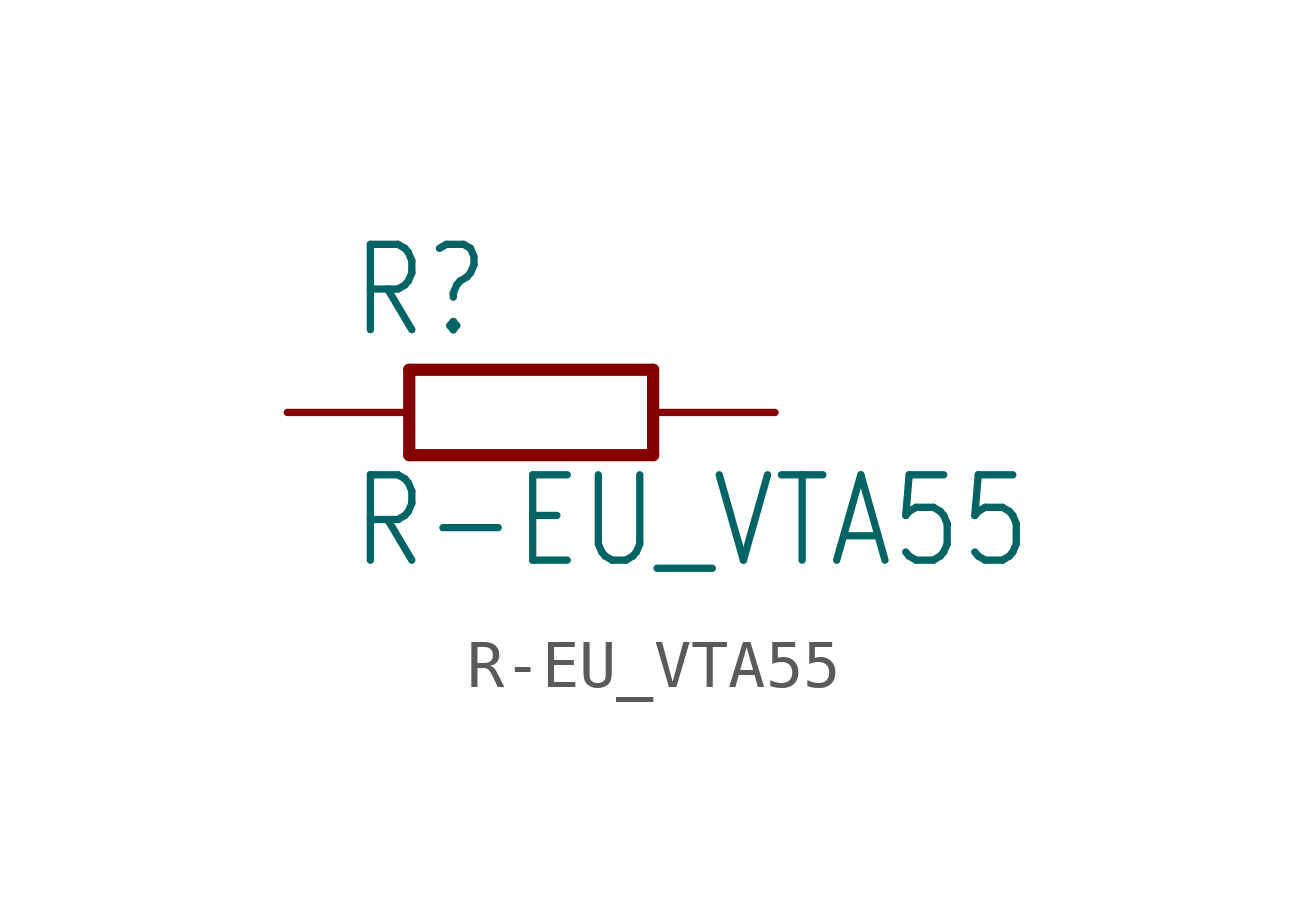
<source format=kicad_sym>
(kicad_symbol_lib
  (version 20211014)
  (generator kicad_symbol_editor)
  (symbol "R-EU_VTA55"
    (property "Reference" "R"
      (at -3.81 1.499 0)
      (effects (font (size 1.778 1.511)) (justify left bottom)))
    (property "Value" "R-EU_VTA55"
      (at -3.81 -3.302 0)
      (effects (font (size 1.778 1.511)) (justify left bottom)))
    (property "ki_locked" ""
      (at 0 0 0)
      (effects (font (size 1.27 1.27))))
    (symbol "R-EU_VTA55_1_0"
      (polyline (pts (xy -2.54 -0.889) (xy -2.54 0.889)) (stroke (width 0.254) (type default) (color 0 0 0 0)) (fill (type none)))
      (polyline (pts (xy -2.54 -0.889) (xy 2.54 -0.889)) (stroke (width 0.254) (type default) (color 0 0 0 0)) (fill (type none)))
      (polyline (pts (xy 2.54 -0.889) (xy 2.54 0.889)) (stroke (width 0.254) (type default) (color 0 0 0 0)) (fill (type none)))
      (polyline (pts (xy 2.54 0.889) (xy -2.54 0.889)) (stroke (width 0.254) (type default) (color 0 0 0 0)) (fill (type none)))
      (pin passive line (at -5.08 0 0) (length 2.54) (name "1" (effects (font (size 0 0)))) (number "1" (effects (font (size 0 0)))))
      (pin passive line (at 5.08 0 180) (length 2.54) (name "2" (effects (font (size 0 0)))) (number "2" (effects (font (size 0 0))))))))
</source>
